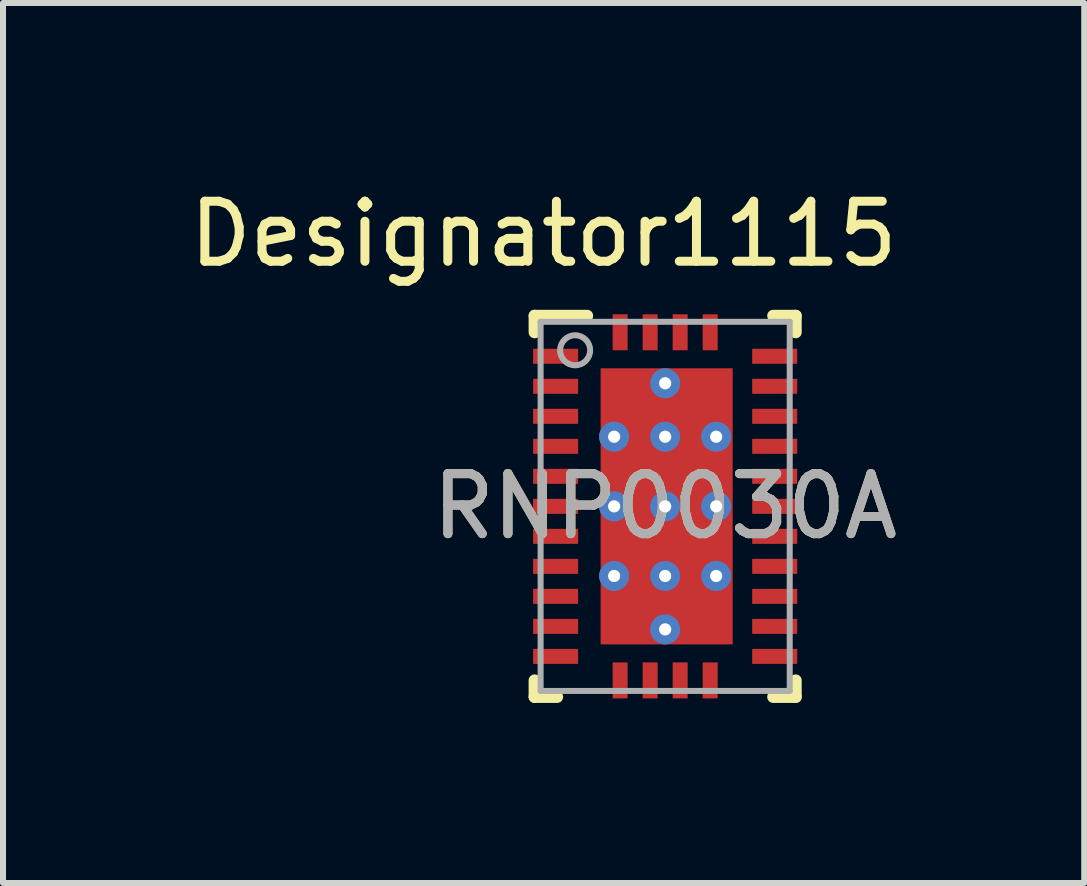
<source format=kicad_pcb>
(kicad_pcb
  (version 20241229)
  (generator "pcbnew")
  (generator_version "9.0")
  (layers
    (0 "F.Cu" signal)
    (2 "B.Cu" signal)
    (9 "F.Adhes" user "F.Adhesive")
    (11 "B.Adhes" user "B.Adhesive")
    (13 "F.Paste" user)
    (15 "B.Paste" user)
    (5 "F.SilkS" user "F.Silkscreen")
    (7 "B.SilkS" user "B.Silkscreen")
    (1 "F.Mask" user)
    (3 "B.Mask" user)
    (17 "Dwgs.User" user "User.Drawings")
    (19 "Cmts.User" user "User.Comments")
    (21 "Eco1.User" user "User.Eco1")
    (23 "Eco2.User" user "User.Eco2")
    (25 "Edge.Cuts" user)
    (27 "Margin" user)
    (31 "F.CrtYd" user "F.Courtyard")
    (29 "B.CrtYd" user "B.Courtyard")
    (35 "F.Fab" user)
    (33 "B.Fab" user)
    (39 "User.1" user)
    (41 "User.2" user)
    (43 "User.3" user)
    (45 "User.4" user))
  (footprint "RNP0030A"
    (layer "F.Cu")
    (at 8.032 5.386)
    (property "Reference" "RNP0030A" (at 0 0 0) (unlocked yes) (layer "F.SilkS") (effects (font (size 1 1) (thickness 0.15))))
    (attr smd)
    (fp_line (start -2.175 -3.175) (end -1.3 -3.175) (stroke (width 0.2) (type solid)) (layer "F.SilkS"))
    (fp_line (start -2.175 -2.9) (end -2.175 -3.175) (stroke (width 0.2) (type solid)) (layer "F.SilkS"))
    (fp_line (start -2.175 3.175) (end -2.175 2.9) (stroke (width 0.2) (type solid)) (layer "F.SilkS"))
    (fp_line (start -2.175 3.175) (end -1.8 3.175) (stroke (width 0.2) (type solid)) (layer "F.SilkS"))
    (fp_line (start 1.8 -3.175) (end 2.175 -3.175) (stroke (width 0.2) (type solid)) (layer "F.SilkS"))
    (fp_line (start 1.8 3.175) (end 2.175 3.175) (stroke (width 0.2) (type solid)) (layer "F.SilkS"))
    (fp_line (start 2.175 -2.9) (end 2.175 -3.175) (stroke (width 0.2) (type solid)) (layer "F.SilkS"))
    (fp_line (start 2.175 3.175) (end 2.175 2.9) (stroke (width 0.2) (type solid)) (layer "F.SilkS"))
    (fp_poly (pts (xy -0.148 -1.26) (xy -1.032 -1.26) (xy -1.041 -1.261) (xy -1.05 -1.264) (xy -1.059 -1.268) (xy -1.066 -1.274) (xy -1.072 -1.281) (xy -1.076 -1.29) (xy -1.079 -1.299) (xy -1.08 -1.308) (xy -1.08 -2.172) (xy -1.079 -2.181) (xy -1.076 -2.19) (xy -1.072 -2.199) (xy -1.066 -2.206) (xy -1.059 -2.212) (xy -1.05 -2.216) (xy -1.041 -2.219) (xy -1.032 -2.22) (xy -0.148 -2.22) (xy -0.139 -2.219) (xy -0.13 -2.216) (xy -0.121 -2.212) (xy -0.114 -2.206) (xy -0.108 -2.199) (xy -0.104 -2.19) (xy -0.101 -2.181) (xy -0.1 -2.172) (xy -0.1 -1.308) (xy -0.101 -1.299) (xy -0.104 -1.29) (xy -0.108 -1.281) (xy -0.114 -1.274) (xy -0.121 -1.268) (xy -0.13 -1.264) (xy -0.139 -1.261)) (stroke (width 0) (type solid)) (fill yes) (layer "F.Paste"))
    (fp_poly (pts (xy -0.148 -0.1) (xy -1.032 -0.1) (xy -1.041 -0.101) (xy -1.05 -0.104) (xy -1.059 -0.108) (xy -1.066 -0.114) (xy -1.072 -0.121) (xy -1.076 -0.13) (xy -1.079 -0.139) (xy -1.08 -0.148) (xy -1.08 -1.012) (xy -1.079 -1.021) (xy -1.076 -1.03) (xy -1.072 -1.039) (xy -1.066 -1.046) (xy -1.059 -1.052) (xy -1.05 -1.056) (xy -1.041 -1.059) (xy -1.032 -1.06) (xy -0.148 -1.06) (xy -0.139 -1.059) (xy -0.13 -1.056) (xy -0.121 -1.052) (xy -0.114 -1.046) (xy -0.108 -1.039) (xy -0.104 -1.03) (xy -0.101 -1.021) (xy -0.1 -1.012) (xy -0.1 -0.148) (xy -0.101 -0.139) (xy -0.104 -0.13) (xy -0.108 -0.121) (xy -0.114 -0.114) (xy -0.121 -0.108) (xy -0.13 -0.104) (xy -0.139 -0.101)) (stroke (width 0) (type solid)) (fill yes) (layer "F.Paste"))
    (fp_poly (pts (xy -0.148 1.06) (xy -1.032 1.06) (xy -1.041 1.059) (xy -1.05 1.056) (xy -1.059 1.052) (xy -1.066 1.046) (xy -1.072 1.039) (xy -1.076 1.03) (xy -1.079 1.021) (xy -1.08 1.012) (xy -1.08 0.148) (xy -1.079 0.139) (xy -1.076 0.13) (xy -1.072 0.121) (xy -1.066 0.114) (xy -1.059 0.108) (xy -1.05 0.104) (xy -1.041 0.101) (xy -1.032 0.1) (xy -0.148 0.1) (xy -0.139 0.101) (xy -0.13 0.104) (xy -0.121 0.108) (xy -0.114 0.114) (xy -0.108 0.121) (xy -0.104 0.13) (xy -0.101 0.139) (xy -0.1 0.148) (xy -0.1 1.012) (xy -0.101 1.021) (xy -0.104 1.03) (xy -0.108 1.039) (xy -0.114 1.046) (xy -0.121 1.052) (xy -0.13 1.056) (xy -0.139 1.059)) (stroke (width 0) (type solid)) (fill yes) (layer "F.Paste"))
    (fp_poly (pts (xy -0.148 2.22) (xy -1.032 2.22) (xy -1.041 2.219) (xy -1.05 2.216) (xy -1.059 2.212) (xy -1.066 2.206) (xy -1.072 2.199) (xy -1.076 2.19) (xy -1.079 2.181) (xy -1.08 2.172) (xy -1.08 1.308) (xy -1.079 1.299) (xy -1.076 1.29) (xy -1.072 1.281) (xy -1.066 1.274) (xy -1.059 1.268) (xy -1.05 1.264) (xy -1.041 1.261) (xy -1.032 1.26) (xy -0.148 1.26) (xy -0.139 1.261) (xy -0.13 1.264) (xy -0.121 1.268) (xy -0.114 1.274) (xy -0.108 1.281) (xy -0.104 1.29) (xy -0.101 1.299) (xy -0.1 1.308) (xy -0.1 2.172) (xy -0.101 2.181) (xy -0.104 2.19) (xy -0.108 2.199) (xy -0.114 2.206) (xy -0.121 2.212) (xy -0.13 2.216) (xy -0.139 2.219)) (stroke (width 0) (type solid)) (fill yes) (layer "F.Paste"))
    (fp_poly (pts (xy 1.032 -1.26) (xy 0.148 -1.26) (xy 0.139 -1.261) (xy 0.13 -1.264) (xy 0.121 -1.268) (xy 0.114 -1.274) (xy 0.108 -1.281) (xy 0.104 -1.29) (xy 0.101 -1.299) (xy 0.1 -1.308) (xy 0.1 -2.172) (xy 0.101 -2.181) (xy 0.104 -2.19) (xy 0.108 -2.199) (xy 0.114 -2.206) (xy 0.121 -2.212) (xy 0.13 -2.216) (xy 0.139 -2.219) (xy 0.148 -2.22) (xy 1.032 -2.22) (xy 1.041 -2.219) (xy 1.05 -2.216) (xy 1.059 -2.212) (xy 1.066 -2.206) (xy 1.072 -2.199) (xy 1.076 -2.19) (xy 1.079 -2.181) (xy 1.08 -2.172) (xy 1.08 -1.308) (xy 1.079 -1.299) (xy 1.076 -1.29) (xy 1.072 -1.281) (xy 1.066 -1.274) (xy 1.059 -1.268) (xy 1.05 -1.264) (xy 1.041 -1.261)) (stroke (width 0) (type solid)) (fill yes) (layer "F.Paste"))
    (fp_poly (pts (xy 1.032 -0.1) (xy 0.148 -0.1) (xy 0.139 -0.101) (xy 0.13 -0.104) (xy 0.121 -0.108) (xy 0.114 -0.114) (xy 0.108 -0.121) (xy 0.104 -0.13) (xy 0.101 -0.139) (xy 0.1 -0.148) (xy 0.1 -1.012) (xy 0.101 -1.021) (xy 0.104 -1.03) (xy 0.108 -1.039) (xy 0.114 -1.046) (xy 0.121 -1.052) (xy 0.13 -1.056) (xy 0.139 -1.059) (xy 0.148 -1.06) (xy 1.032 -1.06) (xy 1.041 -1.059) (xy 1.05 -1.056) (xy 1.059 -1.052) (xy 1.066 -1.046) (xy 1.072 -1.039) (xy 1.076 -1.03) (xy 1.079 -1.021) (xy 1.08 -1.012) (xy 1.08 -0.148) (xy 1.079 -0.139) (xy 1.076 -0.13) (xy 1.072 -0.121) (xy 1.066 -0.114) (xy 1.059 -0.108) (xy 1.05 -0.104) (xy 1.041 -0.101)) (stroke (width 0) (type solid)) (fill yes) (layer "F.Paste"))
    (fp_poly (pts (xy 1.032 1.06) (xy 0.148 1.06) (xy 0.139 1.059) (xy 0.13 1.056) (xy 0.121 1.052) (xy 0.114 1.046) (xy 0.108 1.039) (xy 0.104 1.03) (xy 0.101 1.021) (xy 0.1 1.012) (xy 0.1 0.148) (xy 0.101 0.139) (xy 0.104 0.13) (xy 0.108 0.121) (xy 0.114 0.114) (xy 0.121 0.108) (xy 0.13 0.104) (xy 0.139 0.101) (xy 0.148 0.1) (xy 1.032 0.1) (xy 1.041 0.101) (xy 1.05 0.104) (xy 1.059 0.108) (xy 1.066 0.114) (xy 1.072 0.121) (xy 1.076 0.13) (xy 1.079 0.139) (xy 1.08 0.148) (xy 1.08 1.012) (xy 1.079 1.021) (xy 1.076 1.03) (xy 1.072 1.039) (xy 1.066 1.046) (xy 1.059 1.052) (xy 1.05 1.056) (xy 1.041 1.059)) (stroke (width 0) (type solid)) (fill yes) (layer "F.Paste"))
    (fp_poly (pts (xy 1.032 2.22) (xy 0.148 2.22) (xy 0.139 2.219) (xy 0.13 2.216) (xy 0.121 2.212) (xy 0.114 2.206) (xy 0.108 2.199) (xy 0.104 2.19) (xy 0.101 2.181) (xy 0.1 2.172) (xy 0.1 1.308) (xy 0.101 1.299) (xy 0.104 1.29) (xy 0.108 1.281) (xy 0.114 1.274) (xy 0.121 1.268) (xy 0.13 1.264) (xy 0.139 1.261) (xy 0.148 1.26) (xy 1.032 1.26) (xy 1.041 1.261) (xy 1.05 1.264) (xy 1.059 1.268) (xy 1.066 1.274) (xy 1.072 1.281) (xy 1.076 1.29) (xy 1.079 1.299) (xy 1.08 1.308) (xy 1.08 2.172) (xy 1.079 2.181) (xy 1.076 2.19) (xy 1.072 2.199) (xy 1.066 2.206) (xy 1.059 2.212) (xy 1.05 2.216) (xy 1.041 2.219)) (stroke (width 0) (type solid)) (fill yes) (layer "F.Paste"))
    (fp_line (start -2.075 -3.075) (end 2.075 -3.075) (stroke (width 0.1) (type solid)) (layer "F.Fab"))
    (fp_line (start -2.075 3.075) (end -2.075 -3.075) (stroke (width 0.1) (type solid)) (layer "F.Fab"))
    (fp_line (start -2.075 3.075) (end 2.075 3.075) (stroke (width 0.1) (type solid)) (layer "F.Fab"))
    (fp_line (start 2.075 3.075) (end 2.075 -3.075) (stroke (width 0.1) (type solid)) (layer "F.Fab"))
    (fp_circle (center -1.5 -2.6) (end -1.25 -2.6) (stroke (width 0.1) (type solid)) (fill no) (layer "F.Fab"))
    (fp_text user "Designator1115" (at -2.026 -4.538 0) (unlocked yes) (layer "F.SilkS") (effects (font (size 1 1) (thickness 0.15))))
    (fp_text user "${REFERENCE}" (at 0 0 0) (unlocked yes) (layer "F.Fab") (effects (font (size 1 1) (thickness 0.15))))
    (pad "1" smd rect (at -1.825 -2.5 90) (size 0.25 0.75) (layers "F.Cu" "F.Mask" "F.Paste"))
    (pad "2" smd rect (at -1.825 -2 90) (size 0.25 0.75) (layers "F.Cu" "F.Mask" "F.Paste"))
    (pad "3" smd rect (at -1.825 -1.5 90) (size 0.25 0.75) (layers "F.Cu" "F.Mask" "F.Paste"))
    (pad "4" smd rect (at -1.825 -1 90) (size 0.25 0.75) (layers "F.Cu" "F.Mask" "F.Paste"))
    (pad "5" smd rect (at -1.825 -0.5 90) (size 0.25 0.75) (layers "F.Cu" "F.Mask" "F.Paste"))
    (pad "6" smd rect (at -1.825 0 90) (size 0.25 0.75) (layers "F.Cu" "F.Mask" "F.Paste"))
    (pad "7" smd rect (at -1.825 0.5 90) (size 0.25 0.75) (layers "F.Cu" "F.Mask" "F.Paste"))
    (pad "8" smd rect (at -1.825 1 90) (size 0.25 0.75) (layers "F.Cu" "F.Mask" "F.Paste"))
    (pad "9" smd rect (at -1.825 1.5 90) (size 0.25 0.75) (layers "F.Cu" "F.Mask" "F.Paste"))
    (pad "10" smd rect (at -1.825 2 90) (size 0.25 0.75) (layers "F.Cu" "F.Mask" "F.Paste"))
    (pad "11" smd rect (at -1.825 2.5 90) (size 0.25 0.75) (layers "F.Cu" "F.Mask" "F.Paste"))
    (pad "12" smd rect (at -0.75 2.9) (size 0.25 0.6) (layers "F.Cu" "F.Mask" "F.Paste"))
    (pad "13" smd rect (at -0.25 2.9) (size 0.25 0.6) (layers "F.Cu" "F.Mask" "F.Paste"))
    (pad "14" smd rect (at 0.25 2.9) (size 0.25 0.6) (layers "F.Cu" "F.Mask" "F.Paste"))
    (pad "15" smd rect (at 0.75 2.9) (size 0.25 0.6) (layers "F.Cu" "F.Mask" "F.Paste"))
    (pad "16" smd rect (at 1.825 2.5 90) (size 0.25 0.75) (layers "F.Cu" "F.Mask" "F.Paste"))
    (pad "17" smd rect (at 1.825 2 90) (size 0.25 0.75) (layers "F.Cu" "F.Mask" "F.Paste"))
    (pad "18" smd rect (at 1.825 1.5 90) (size 0.25 0.75) (layers "F.Cu" "F.Mask" "F.Paste"))
    (pad "19" smd rect (at 1.825 1 90) (size 0.25 0.75) (layers "F.Cu" "F.Mask" "F.Paste"))
    (pad "20" smd rect (at 1.825 0.5 90) (size 0.25 0.75) (layers "F.Cu" "F.Mask" "F.Paste"))
    (pad "21" smd rect (at 1.825 0 90) (size 0.25 0.75) (layers "F.Cu" "F.Mask" "F.Paste"))
    (pad "22" smd rect (at 1.825 -0.5 90) (size 0.25 0.75) (layers "F.Cu" "F.Mask" "F.Paste"))
    (pad "23" smd rect (at 1.825 -1 90) (size 0.25 0.75) (layers "F.Cu" "F.Mask" "F.Paste"))
    (pad "24" smd rect (at 1.825 -1.5 90) (size 0.25 0.75) (layers "F.Cu" "F.Mask" "F.Paste"))
    (pad "25" smd rect (at 1.825 -2 90) (size 0.25 0.75) (layers "F.Cu" "F.Mask" "F.Paste"))
    (pad "26" smd rect (at 1.825 -2.5 90) (size 0.25 0.75) (layers "F.Cu" "F.Mask" "F.Paste"))
    (pad "27" smd rect (at 0.75 -2.9) (size 0.25 0.6) (layers "F.Cu" "F.Mask" "F.Paste"))
    (pad "28" smd rect (at 0.25 -2.9) (size 0.25 0.6) (layers "F.Cu" "F.Mask" "F.Paste"))
    (pad "29" smd rect (at -0.25 -2.9) (size 0.25 0.6) (layers "F.Cu" "F.Mask" "F.Paste"))
    (pad "30" smd rect (at -0.75 -2.9) (size 0.25 0.6) (layers "F.Cu" "F.Mask" "F.Paste"))
    (pad "31" smd rect (at 0.025 0) (size 2.2 4.6) (layers "F.Cu" "F.Mask"))
    (pad "32" thru_hole circle (at -0.85 -1.16) (size 0.5 0.5) (drill 0.203) (layers "*.Cu" "*.Mask"))
    (pad "33" thru_hole circle (at -0.85 1.16) (size 0.5 0.5) (drill 0.203) (layers "*.Cu" "*.Mask"))
    (pad "34" thru_hole circle (at 0 -1.16) (size 0.5 0.5) (drill 0.203) (layers "*.Cu" "*.Mask"))
    (pad "35" thru_hole circle (at 0 1.16) (size 0.5 0.5) (drill 0.203) (layers "*.Cu" "*.Mask"))
    (pad "36" thru_hole circle (at 0 -2.05) (size 0.5 0.5) (drill 0.203) (layers "*.Cu" "*.Mask"))
    (pad "37" thru_hole circle (at 0.85 1.16) (size 0.5 0.5) (drill 0.203) (layers "*.Cu" "*.Mask"))
    (pad "38" thru_hole circle (at 0.85 -1.16) (size 0.5 0.5) (drill 0.203) (layers "*.Cu" "*.Mask"))
    (pad "39" thru_hole circle (at 0 2.05) (size 0.5 0.5) (drill 0.203) (layers "*.Cu" "*.Mask"))
    (pad "40" thru_hole circle (at 0.85 0) (size 0.5 0.5) (drill 0.203) (layers "*.Cu" "*.Mask"))
    (pad "41" thru_hole circle (at 0 0) (size 0.5 0.5) (drill 0.203) (layers "*.Cu" "*.Mask"))
    (pad "42" thru_hole circle (at -0.85 0) (size 0.5 0.5) (drill 0.203) (layers "*.Cu" "*.Mask")))
  (gr_rect
    (start -3 -3)
    (end 15.014 11.661)
    (stroke (width 0.1) (type default))
    (fill no)
    (layer "Edge.Cuts")))
</source>
